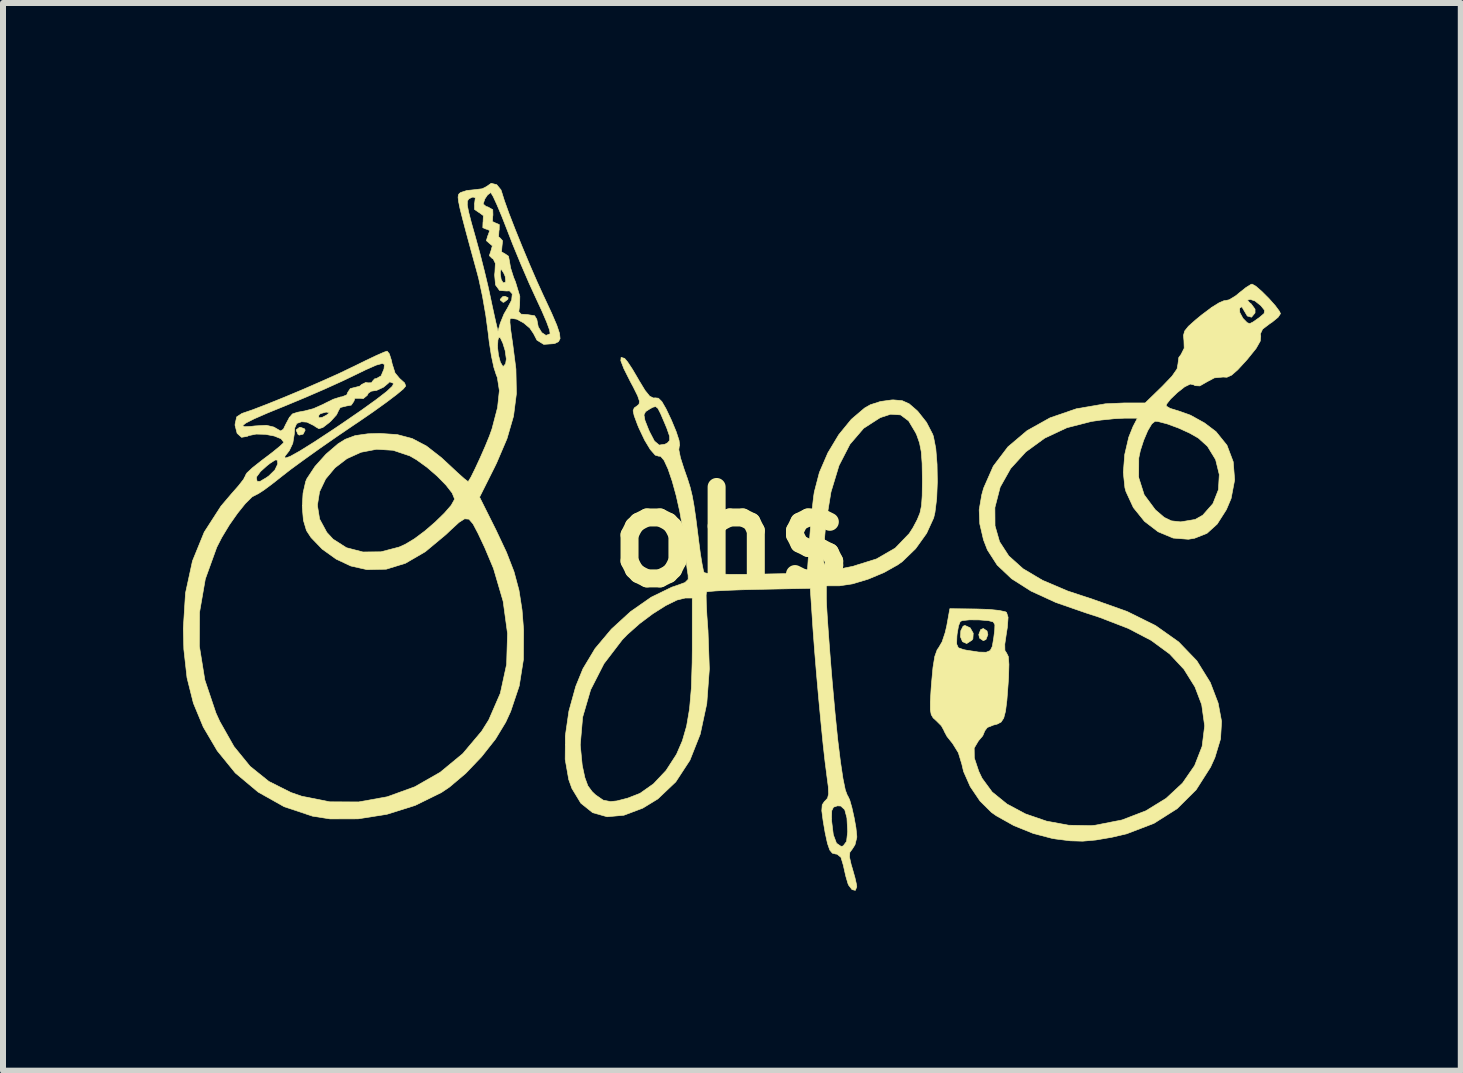
<source format=kicad_pcb>
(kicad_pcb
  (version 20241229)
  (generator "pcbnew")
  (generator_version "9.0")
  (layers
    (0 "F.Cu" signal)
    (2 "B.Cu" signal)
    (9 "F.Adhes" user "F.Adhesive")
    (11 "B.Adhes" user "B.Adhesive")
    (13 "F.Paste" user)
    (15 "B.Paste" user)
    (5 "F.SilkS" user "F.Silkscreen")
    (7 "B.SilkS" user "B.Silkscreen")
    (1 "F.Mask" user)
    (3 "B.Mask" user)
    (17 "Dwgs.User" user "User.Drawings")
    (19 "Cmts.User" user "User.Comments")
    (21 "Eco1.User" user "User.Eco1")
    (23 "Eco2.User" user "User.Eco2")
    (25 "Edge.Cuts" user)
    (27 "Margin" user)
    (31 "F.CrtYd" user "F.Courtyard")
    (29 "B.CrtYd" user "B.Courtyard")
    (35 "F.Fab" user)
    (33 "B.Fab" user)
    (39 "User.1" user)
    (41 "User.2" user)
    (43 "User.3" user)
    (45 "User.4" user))
  (footprint "ohs"
    (layer "F.Cu")
    (at 9.148 5.901)
    (property "Reference" "ohs" (at 0 0 0) (layer "F.SilkS") (effects (font (size 1.524 1.524) (thickness 0.3))))
    (attr through_hole)
    (fp_poly (pts (xy -7.121 -1.803) (xy -7.112 -1.781) (xy -7.146 -1.715) (xy -7.211 -1.699) (xy -7.232 -1.712) (xy -7.263 -1.785) (xy -7.208 -1.827) (xy -7.188 -1.829) (xy -7.121 -1.803)) (stroke (width 0.01) (type solid)) (fill yes) (layer "F.SilkS"))
    (fp_poly (pts (xy -3.729 -3.989) (xy -3.734 -3.962) (xy -3.799 -3.914) (xy -3.813 -3.912) (xy -3.859 -3.95) (xy -3.861 -3.962) (xy -3.819 -4.007) (xy -3.782 -4.013) (xy -3.729 -3.989)) (stroke (width 0.01) (type solid)) (fill yes) (layer "F.SilkS"))
    (fp_poly (pts (xy 4.253 1.566) (xy 4.267 1.626) (xy 4.235 1.708) (xy 4.191 1.727) (xy 4.129 1.685) (xy 4.115 1.626) (xy 4.147 1.543) (xy 4.191 1.524) (xy 4.253 1.566)) (stroke (width 0.01) (type solid)) (fill yes) (layer "F.SilkS"))
    (fp_poly (pts (xy 3.972 1.513) (xy 4.023 1.603) (xy 4.017 1.697) (xy 4.001 1.719) (xy 3.914 1.775) (xy 3.844 1.744) (xy 3.81 1.662) (xy 3.816 1.561) (xy 3.854 1.486) (xy 3.884 1.473) (xy 3.972 1.513)) (stroke (width 0.01) (type solid)) (fill yes) (layer "F.SilkS"))
    (fp_poly (pts (xy 8.733 -4.181) (xy 8.835 -4.092) (xy 8.951 -3.976) (xy 9.057 -3.857) (xy 9.128 -3.761) (xy 9.144 -3.723) (xy 9.104 -3.663) (xy 9.005 -3.582) (xy 8.964 -3.555) (xy 8.846 -3.465) (xy 8.809 -3.386) (xy 8.815 -3.348) (xy 8.807 -3.266) (xy 8.737 -3.143) (xy 8.596 -2.968) (xy 8.576 -2.945) (xy 8.431 -2.787) (xy 8.329 -2.698) (xy 8.251 -2.663) (xy 8.189 -2.667) (xy 8.042 -2.653) (xy 7.92 -2.588) (xy 7.8 -2.519) (xy 7.72 -2.523) (xy 7.703 -2.535) (xy 7.641 -2.55) (xy 7.547 -2.504) (xy 7.425 -2.408) (xy 7.313 -2.301) (xy 7.247 -2.217) (xy 7.239 -2.184) (xy 7.303 -2.145) (xy 7.421 -2.109) (xy 7.43 -2.107) (xy 7.644 -2.031) (xy 7.877 -1.902) (xy 8.069 -1.757) (xy 8.252 -1.53) (xy 8.356 -1.255) (xy 8.38 -0.952) (xy 8.321 -0.642) (xy 8.242 -0.456) (xy 8.089 -0.216) (xy 7.919 -0.062) (xy 7.712 0.02) (xy 7.609 0.037) (xy 7.355 0.017) (xy 7.104 -0.088) (xy 6.877 -0.262) (xy 6.692 -0.491) (xy 6.568 -0.759) (xy 6.551 -0.821) (xy 6.533 -0.994) (xy 6.78 -0.994) (xy 6.872 -0.705) (xy 7.056 -0.457) (xy 7.069 -0.445) (xy 7.207 -0.327) (xy 7.326 -0.27) (xy 7.469 -0.254) (xy 7.488 -0.254) (xy 7.722 -0.293) (xy 7.848 -0.364) (xy 8.018 -0.557) (xy 8.11 -0.79) (xy 8.124 -1.042) (xy 8.063 -1.29) (xy 7.927 -1.512) (xy 7.774 -1.65) (xy 7.628 -1.733) (xy 7.443 -1.817) (xy 7.255 -1.886) (xy 7.102 -1.926) (xy 7.054 -1.93) (xy 6.999 -1.886) (xy 6.931 -1.771) (xy 6.864 -1.613) (xy 6.808 -1.44) (xy 6.782 -1.316) (xy 6.78 -0.994) (xy 6.533 -0.994) (xy 6.525 -1.079) (xy 6.548 -1.376) (xy 6.615 -1.664) (xy 6.686 -1.841) (xy 6.759 -1.981) (xy 6.542 -1.981) (xy 6.371 -1.972) (xy 6.155 -1.95) (xy 5.994 -1.927) (xy 5.584 -1.822) (xy 5.215 -1.649) (xy 4.899 -1.419) (xy 4.647 -1.143) (xy 4.472 -0.832) (xy 4.385 -0.496) (xy 4.384 -0.485) (xy 4.386 -0.187) (xy 4.462 0.078) (xy 4.616 0.315) (xy 4.853 0.528) (xy 5.178 0.721) (xy 5.596 0.899) (xy 6.02 1.039) (xy 6.586 1.24) (xy 7.061 1.475) (xy 7.447 1.748) (xy 7.75 2.063) (xy 7.974 2.424) (xy 8.105 2.768) (xy 8.162 3.072) (xy 8.145 3.365) (xy 8.051 3.675) (xy 7.978 3.836) (xy 7.738 4.213) (xy 7.422 4.527) (xy 7.035 4.772) (xy 6.583 4.945) (xy 6.333 5.004) (xy 6.063 5.05) (xy 5.847 5.069) (xy 5.641 5.063) (xy 5.401 5.033) (xy 5.336 5.022) (xy 5.025 4.941) (xy 4.699 4.809) (xy 4.408 4.646) (xy 4.327 4.589) (xy 4.136 4.4) (xy 3.973 4.159) (xy 3.862 3.908) (xy 3.833 3.785) (xy 3.775 3.595) (xy 3.677 3.437) (xy 3.673 3.433) (xy 3.586 3.324) (xy 3.538 3.235) (xy 3.536 3.226) (xy 3.492 3.146) (xy 3.408 3.062) (xy 3.355 3.014) (xy 3.323 2.96) (xy 3.308 2.878) (xy 3.308 2.746) (xy 3.32 2.542) (xy 3.327 2.446) (xy 3.352 2.174) (xy 3.382 1.99) (xy 3.422 1.878) (xy 3.447 1.844) (xy 3.483 1.782) (xy 3.746 1.782) (xy 3.775 1.846) (xy 3.862 1.876) (xy 3.912 1.886) (xy 4.114 1.917) (xy 4.238 1.92) (xy 4.306 1.892) (xy 4.338 1.829) (xy 4.342 1.816) (xy 4.365 1.678) (xy 4.381 1.549) (xy 4.384 1.461) (xy 4.356 1.414) (xy 4.275 1.393) (xy 4.12 1.381) (xy 3.96 1.38) (xy 3.844 1.392) (xy 3.807 1.407) (xy 3.778 1.48) (xy 3.755 1.611) (xy 3.751 1.651) (xy 3.746 1.782) (xy 3.483 1.782) (xy 3.503 1.749) (xy 3.555 1.594) (xy 3.582 1.478) (xy 3.633 1.194) (xy 4.079 1.199) (xy 4.286 1.206) (xy 4.455 1.223) (xy 4.56 1.246) (xy 4.578 1.256) (xy 4.604 1.338) (xy 4.592 1.503) (xy 4.576 1.603) (xy 4.549 1.786) (xy 4.551 1.891) (xy 4.58 1.935) (xy 4.608 1.992) (xy 4.618 2.123) (xy 4.612 2.34) (xy 4.604 2.457) (xy 4.584 2.722) (xy 4.561 2.903) (xy 4.531 3.018) (xy 4.487 3.084) (xy 4.422 3.118) (xy 4.362 3.133) (xy 4.258 3.174) (xy 4.216 3.23) (xy 4.182 3.312) (xy 4.11 3.397) (xy 4.039 3.517) (xy 4.041 3.682) (xy 4.115 3.904) (xy 4.17 4.02) (xy 4.338 4.249) (xy 4.586 4.45) (xy 4.895 4.615) (xy 5.244 4.735) (xy 5.614 4.803) (xy 5.985 4.81) (xy 6.057 4.803) (xy 6.504 4.715) (xy 6.9 4.563) (xy 7.238 4.355) (xy 7.511 4.101) (xy 7.713 3.809) (xy 7.838 3.488) (xy 7.88 3.147) (xy 7.831 2.794) (xy 7.719 2.499) (xy 7.536 2.205) (xy 7.296 1.948) (xy 6.99 1.723) (xy 6.607 1.523) (xy 6.136 1.341) (xy 5.909 1.267) (xy 5.401 1.091) (xy 4.987 0.901) (xy 4.663 0.695) (xy 4.422 0.467) (xy 4.259 0.214) (xy 4.194 0.046) (xy 4.132 -0.22) (xy 4.122 -0.454) (xy 4.165 -0.704) (xy 4.196 -0.815) (xy 4.357 -1.181) (xy 4.601 -1.503) (xy 4.92 -1.773) (xy 5.303 -1.987) (xy 5.742 -2.138) (xy 6.226 -2.221) (xy 6.54 -2.235) (xy 6.889 -2.235) (xy 7.174 -2.512) (xy 7.336 -2.681) (xy 7.42 -2.802) (xy 7.435 -2.884) (xy 7.449 -2.993) (xy 7.486 -3.042) (xy 7.539 -3.147) (xy 7.535 -3.273) (xy 7.527 -3.361) (xy 7.547 -3.434) (xy 7.61 -3.513) (xy 7.73 -3.62) (xy 7.83 -3.702) (xy 7.981 -3.815) (xy 8.462 -3.815) (xy 8.466 -3.742) (xy 8.518 -3.646) (xy 8.589 -3.573) (xy 8.631 -3.557) (xy 8.689 -3.586) (xy 8.785 -3.654) (xy 8.787 -3.655) (xy 8.871 -3.726) (xy 8.879 -3.779) (xy 8.818 -3.856) (xy 8.817 -3.857) (xy 8.719 -3.935) (xy 8.641 -3.961) (xy 8.593 -3.95) (xy 8.626 -3.909) (xy 8.655 -3.887) (xy 8.72 -3.798) (xy 8.72 -3.736) (xy 8.661 -3.664) (xy 8.591 -3.684) (xy 8.541 -3.768) (xy 8.5 -3.838) (xy 8.462 -3.815) (xy 7.981 -3.815) (xy 7.987 -3.821) (xy 8.12 -3.904) (xy 8.204 -3.94) (xy 8.217 -3.939) (xy 8.29 -3.955) (xy 8.402 -4.024) (xy 8.452 -4.066) (xy 8.566 -4.157) (xy 8.651 -4.21) (xy 8.67 -4.216) (xy 8.733 -4.181)) (stroke (width 0.01) (type solid)) (fill yes) (layer "F.SilkS"))
    (fp_poly (pts (xy -1.786 -2.977) (xy -1.786 -2.976) (xy -1.738 -2.919) (xy -1.658 -2.798) (xy -1.563 -2.637) (xy -1.554 -2.62) (xy -1.448 -2.445) (xy -1.37 -2.348) (xy -1.305 -2.317) (xy -1.279 -2.32) (xy -1.224 -2.314) (xy -1.167 -2.258) (xy -1.096 -2.135) (xy -1.007 -1.947) (xy -0.928 -1.757) (xy -0.88 -1.61) (xy -0.87 -1.528) (xy -0.876 -1.518) (xy -0.884 -1.456) (xy -0.857 -1.322) (xy -0.797 -1.134) (xy -0.739 -0.97) (xy -0.695 -0.829) (xy -0.661 -0.689) (xy -0.631 -0.524) (xy -0.6 -0.311) (xy -0.564 -0.028) (xy -0.553 0.06) (xy -0.525 0.275) (xy -0.496 0.451) (xy -0.473 0.565) (xy -0.462 0.593) (xy -0.404 0.606) (xy -0.261 0.616) (xy -0.052 0.621) (xy 0.206 0.622) (xy 0.412 0.619) (xy 1.257 0.603) (xy 1.281 0.242) (xy 1.53 0.242) (xy 1.531 0.413) (xy 1.562 0.509) (xy 1.638 0.547) (xy 1.77 0.538) (xy 1.972 0.497) (xy 2.015 0.488) (xy 2.41 0.365) (xy 2.723 0.184) (xy 2.956 -0.058) (xy 3.019 -0.156) (xy 3.089 -0.288) (xy 3.135 -0.4) (xy 3.161 -0.523) (xy 3.172 -0.685) (xy 3.175 -0.914) (xy 3.175 -0.965) (xy 3.171 -1.229) (xy 3.157 -1.421) (xy 3.128 -1.569) (xy 3.081 -1.702) (xy 3.063 -1.74) (xy 2.946 -1.936) (xy 2.812 -2.036) (xy 2.646 -2.047) (xy 2.472 -1.99) (xy 2.197 -1.813) (xy 1.968 -1.546) (xy 1.786 -1.192) (xy 1.652 -0.751) (xy 1.566 -0.224) (xy 1.548 -0.016) (xy 1.53 0.242) (xy 1.281 0.242) (xy 1.293 0.065) (xy 1.313 -0.195) (xy 1.337 -0.451) (xy 1.361 -0.664) (xy 1.374 -0.751) (xy 1.459 -1.077) (xy 1.6 -1.403) (xy 1.782 -1.706) (xy 1.991 -1.962) (xy 2.212 -2.15) (xy 2.308 -2.205) (xy 2.476 -2.259) (xy 2.665 -2.285) (xy 2.693 -2.286) (xy 2.839 -2.273) (xy 2.955 -2.221) (xy 3.084 -2.11) (xy 3.1 -2.094) (xy 3.244 -1.912) (xy 3.347 -1.713) (xy 3.36 -1.675) (xy 3.399 -1.475) (xy 3.42 -1.213) (xy 3.425 -0.923) (xy 3.414 -0.644) (xy 3.385 -0.41) (xy 3.364 -0.32) (xy 3.246 -0.062) (xy 3.063 0.194) (xy 2.842 0.408) (xy 2.766 0.462) (xy 2.535 0.592) (xy 2.271 0.702) (xy 2.012 0.78) (xy 1.794 0.813) (xy 1.776 0.813) (xy 1.575 0.813) (xy 1.575 1.029) (xy 1.579 1.141) (xy 1.591 1.338) (xy 1.609 1.6) (xy 1.632 1.909) (xy 1.659 2.249) (xy 1.673 2.414) (xy 1.72 2.935) (xy 1.765 3.381) (xy 1.81 3.746) (xy 1.852 4.026) (xy 1.891 4.216) (xy 1.927 4.311) (xy 1.934 4.318) (xy 1.964 4.381) (xy 2.001 4.511) (xy 2.038 4.677) (xy 2.068 4.844) (xy 2.082 4.98) (xy 2.083 5.003) (xy 2.052 5.13) (xy 2.008 5.199) (xy 1.966 5.256) (xy 1.96 5.331) (xy 1.988 5.457) (xy 2.007 5.52) (xy 2.051 5.675) (xy 2.078 5.794) (xy 2.082 5.829) (xy 2.058 5.889) (xy 2.003 5.876) (xy 1.946 5.802) (xy 1.936 5.779) (xy 1.898 5.65) (xy 1.862 5.49) (xy 1.859 5.474) (xy 1.818 5.338) (xy 1.754 5.286) (xy 1.73 5.283) (xy 1.675 5.269) (xy 1.632 5.217) (xy 1.594 5.108) (xy 1.555 4.929) (xy 1.521 4.729) (xy 1.515 4.685) (xy 1.661 4.685) (xy 1.664 4.74) (xy 1.691 4.962) (xy 1.744 5.103) (xy 1.819 5.155) (xy 1.855 5.149) (xy 1.912 5.073) (xy 1.93 4.909) (xy 1.918 4.682) (xy 1.881 4.544) (xy 1.815 4.483) (xy 1.759 4.48) (xy 1.694 4.502) (xy 1.665 4.561) (xy 1.661 4.685) (xy 1.515 4.685) (xy 1.499 4.561) (xy 1.506 4.463) (xy 1.544 4.405) (xy 1.556 4.396) (xy 1.595 4.353) (xy 1.612 4.282) (xy 1.607 4.16) (xy 1.581 3.963) (xy 1.581 3.959) (xy 1.553 3.744) (xy 1.52 3.448) (xy 1.485 3.094) (xy 1.448 2.703) (xy 1.412 2.296) (xy 1.379 1.894) (xy 1.351 1.519) (xy 1.342 1.38) (xy 1.307 0.855) (xy 0.454 0.872) (xy 0.171 0.879) (xy -0.076 0.888) (xy -0.269 0.898) (xy -0.39 0.908) (xy -0.423 0.914) (xy -0.429 0.972) (xy -0.426 1.11) (xy -0.416 1.308) (xy -0.399 1.546) (xy -0.398 1.551) (xy -0.375 2.198) (xy -0.418 2.776) (xy -0.527 3.285) (xy -0.699 3.72) (xy -0.935 4.081) (xy -1.234 4.365) (xy -1.486 4.519) (xy -1.8 4.637) (xy -2.079 4.662) (xy -2.32 4.594) (xy -2.517 4.436) (xy -2.666 4.19) (xy -2.719 4.042) (xy -2.778 3.705) (xy -2.776 3.464) (xy -2.527 3.464) (xy -2.494 3.804) (xy -2.45 4.01) (xy -2.4 4.146) (xy -2.328 4.244) (xy -2.272 4.297) (xy -2.145 4.385) (xy -2.024 4.409) (xy -1.916 4.398) (xy -1.734 4.351) (xy -1.549 4.279) (xy -1.527 4.269) (xy -1.306 4.113) (xy -1.096 3.89) (xy -0.928 3.63) (xy -0.921 3.618) (xy -0.825 3.396) (xy -0.754 3.15) (xy -0.705 2.862) (xy -0.675 2.516) (xy -0.662 2.094) (xy -0.66 1.889) (xy -0.66 1.016) (xy -0.776 1.016) (xy -0.915 1.05) (xy -1.102 1.142) (xy -1.317 1.278) (xy -1.537 1.443) (xy -1.74 1.623) (xy -1.826 1.711) (xy -2.132 2.111) (xy -2.354 2.546) (xy -2.487 3.001) (xy -2.527 3.464) (xy -2.776 3.464) (xy -2.776 3.316) (xy -2.716 2.901) (xy -2.602 2.489) (xy -2.482 2.195) (xy -2.28 1.859) (xy -2.008 1.535) (xy -1.689 1.243) (xy -1.345 1.003) (xy -1 0.835) (xy -0.913 0.806) (xy -0.781 0.758) (xy -0.728 0.705) (xy -0.729 0.639) (xy -0.745 0.539) (xy -0.765 0.371) (xy -0.784 0.168) (xy -0.788 0.127) (xy -0.819 -0.142) (xy -0.867 -0.418) (xy -0.927 -0.687) (xy -0.994 -0.93) (xy -1.063 -1.133) (xy -1.129 -1.277) (xy -1.188 -1.347) (xy -1.217 -1.347) (xy -1.277 -1.365) (xy -1.36 -1.46) (xy -1.454 -1.616) (xy -1.548 -1.814) (xy -1.571 -1.869) (xy -1.627 -2.02) (xy -1.631 -2.036) (xy -1.465 -2.036) (xy -1.449 -1.946) (xy -1.39 -1.796) (xy -1.373 -1.757) (xy -1.291 -1.6) (xy -1.211 -1.533) (xy -1.115 -1.547) (xy -1.071 -1.571) (xy -1.036 -1.612) (xy -1.039 -1.684) (xy -1.083 -1.811) (xy -1.115 -1.888) (xy -1.186 -2.054) (xy -1.232 -2.144) (xy -1.27 -2.175) (xy -1.316 -2.164) (xy -1.367 -2.136) (xy -1.438 -2.09) (xy -1.465 -2.036) (xy -1.631 -2.036) (xy -1.646 -2.105) (xy -1.627 -2.152) (xy -1.586 -2.181) (xy -1.547 -2.214) (xy -1.54 -2.265) (xy -1.57 -2.354) (xy -1.643 -2.501) (xy -1.693 -2.594) (xy -1.8 -2.807) (xy -1.851 -2.939) (xy -1.846 -2.995) (xy -1.786 -2.977)) (stroke (width 0.01) (type solid)) (fill yes) (layer "F.SilkS"))
    (fp_poly (pts (xy -3.919 -5.873) (xy -3.848 -5.786) (xy -3.837 -5.753) (xy -3.792 -5.609) (xy -3.715 -5.394) (xy -3.612 -5.129) (xy -3.494 -4.837) (xy -3.369 -4.538) (xy -3.246 -4.255) (xy -3.134 -4.009) (xy -3.133 -4.008) (xy -3.004 -3.731) (xy -2.918 -3.531) (xy -2.872 -3.394) (xy -2.863 -3.307) (xy -2.89 -3.256) (xy -2.947 -3.228) (xy -2.967 -3.223) (xy -3.135 -3.211) (xy -3.249 -3.282) (xy -3.306 -3.392) (xy -3.368 -3.483) (xy -3.472 -3.57) (xy -3.585 -3.631) (xy -3.675 -3.646) (xy -3.697 -3.635) (xy -3.699 -3.579) (xy -3.686 -3.45) (xy -3.661 -3.275) (xy -3.659 -3.268) (xy -3.599 -2.8) (xy -3.591 -2.392) (xy -3.639 -2.015) (xy -3.748 -1.639) (xy -3.921 -1.234) (xy -3.958 -1.158) (xy -4.205 -0.665) (xy -3.931 -0.117) (xy -3.756 0.255) (xy -3.631 0.578) (xy -3.548 0.887) (xy -3.497 1.216) (xy -3.471 1.549) (xy -3.474 2.04) (xy -3.544 2.481) (xy -3.686 2.905) (xy -3.769 3.086) (xy -3.939 3.367) (xy -4.171 3.661) (xy -4.435 3.938) (xy -4.706 4.167) (xy -4.841 4.258) (xy -5.278 4.473) (xy -5.749 4.621) (xy -6.23 4.697) (xy -6.696 4.698) (xy -6.99 4.652) (xy -7.461 4.495) (xy -7.895 4.251) (xy -8.276 3.932) (xy -8.577 3.562) (xy -8.81 3.166) (xy -8.975 2.768) (xy -9.081 2.345) (xy -9.134 1.87) (xy -9.143 1.527) (xy -9.106 0.933) (xy -8.99 0.399) (xy -8.794 -0.082) (xy -8.515 -0.515) (xy -8.345 -0.715) (xy -8.223 -0.854) (xy -8.138 -0.963) (xy -8.127 -0.985) (xy -7.925 -0.985) (xy -7.912 -0.927) (xy -7.863 -0.928) (xy -7.758 -0.99) (xy -7.717 -1.019) (xy -7.617 -1.117) (xy -7.57 -1.215) (xy -7.569 -1.225) (xy -7.576 -1.282) (xy -7.61 -1.285) (xy -7.694 -1.231) (xy -7.747 -1.19) (xy -7.856 -1.092) (xy -7.919 -1.007) (xy -7.925 -0.985) (xy -8.127 -0.985) (xy -8.106 -1.024) (xy -8.107 -1.029) (xy -8.082 -1.069) (xy -7.992 -1.153) (xy -7.853 -1.263) (xy -7.801 -1.303) (xy -7.746 -1.344) (xy -7.451 -1.344) (xy -7.444 -1.315) (xy -7.36 -1.345) (xy -7.199 -1.435) (xy -6.959 -1.585) (xy -6.64 -1.795) (xy -6.496 -1.892) (xy -6.166 -2.119) (xy -5.919 -2.297) (xy -5.751 -2.427) (xy -5.659 -2.514) (xy -5.638 -2.559) (xy -5.64 -2.562) (xy -5.703 -2.587) (xy -5.73 -2.561) (xy -5.807 -2.497) (xy -5.919 -2.445) (xy -6.009 -2.431) (xy -6.058 -2.399) (xy -6.078 -2.361) (xy -6.144 -2.307) (xy -6.204 -2.313) (xy -6.283 -2.313) (xy -6.299 -2.264) (xy -6.343 -2.199) (xy -6.426 -2.184) (xy -6.526 -2.159) (xy -6.553 -2.113) (xy -6.589 -2.037) (xy -6.68 -1.936) (xy -6.712 -1.907) (xy -6.817 -1.826) (xy -6.883 -1.806) (xy -6.944 -1.841) (xy -6.962 -1.856) (xy -7.082 -1.915) (xy -7.171 -1.922) (xy -7.252 -1.893) (xy -7.286 -1.818) (xy -7.293 -1.716) (xy -7.318 -1.563) (xy -7.375 -1.442) (xy -7.382 -1.432) (xy -7.451 -1.344) (xy -7.746 -1.344) (xy -7.647 -1.42) (xy -7.531 -1.515) (xy -7.471 -1.572) (xy -7.468 -1.579) (xy -7.513 -1.638) (xy -7.627 -1.684) (xy -7.776 -1.712) (xy -7.929 -1.716) (xy -8.052 -1.691) (xy -8.075 -1.679) (xy -8.172 -1.662) (xy -8.246 -1.729) (xy -8.279 -1.857) (xy -8.154 -1.857) (xy -8.125 -1.839) (xy -8.018 -1.844) (xy -7.95 -1.852) (xy -7.759 -1.863) (xy -7.633 -1.833) (xy -7.596 -1.811) (xy -7.521 -1.768) (xy -7.475 -1.797) (xy -7.436 -1.878) (xy -7.378 -1.987) (xy -6.888 -1.987) (xy -6.827 -1.995) (xy -6.756 -2.032) (xy -6.709 -2.071) (xy -6.755 -2.082) (xy -6.766 -2.082) (xy -6.858 -2.056) (xy -6.883 -2.032) (xy -6.888 -1.987) (xy -7.378 -1.987) (xy -7.377 -1.99) (xy -7.324 -2.052) (xy -7.239 -2.08) (xy -7.119 -2.102) (xy -6.974 -2.14) (xy -6.812 -2.212) (xy -6.782 -2.228) (xy -6.642 -2.297) (xy -6.522 -2.335) (xy -6.499 -2.337) (xy -6.419 -2.369) (xy -6.401 -2.413) (xy -6.359 -2.475) (xy -6.302 -2.489) (xy -6.204 -2.514) (xy -6.17 -2.543) (xy -6.101 -2.577) (xy -6.065 -2.57) (xy -6.003 -2.572) (xy -5.994 -2.592) (xy -5.954 -2.637) (xy -5.924 -2.642) (xy -5.846 -2.687) (xy -5.798 -2.801) (xy -5.791 -2.875) (xy -5.824 -2.894) (xy -5.926 -2.866) (xy -6.103 -2.788) (xy -6.261 -2.711) (xy -6.493 -2.6) (xy -6.784 -2.468) (xy -7.098 -2.332) (xy -7.398 -2.207) (xy -7.417 -2.199) (xy -7.736 -2.069) (xy -7.963 -1.97) (xy -8.101 -1.9) (xy -8.154 -1.857) (xy -8.279 -1.857) (xy -8.28 -1.862) (xy -8.28 -1.882) (xy -8.253 -2.003) (xy -8.166 -2.06) (xy -7.99 -2.12) (xy -7.746 -2.214) (xy -7.456 -2.331) (xy -7.146 -2.461) (xy -6.839 -2.595) (xy -6.557 -2.721) (xy -6.326 -2.832) (xy -6.306 -2.841) (xy -6.097 -2.944) (xy -5.92 -3.028) (xy -5.796 -3.082) (xy -5.746 -3.099) (xy -5.709 -3.054) (xy -5.673 -2.942) (xy -5.664 -2.895) (xy -5.614 -2.735) (xy -5.536 -2.641) (xy -5.533 -2.639) (xy -5.454 -2.568) (xy -5.436 -2.517) (xy -5.476 -2.468) (xy -5.589 -2.374) (xy -5.761 -2.244) (xy -5.981 -2.086) (xy -6.234 -1.912) (xy -6.287 -1.877) (xy -6.577 -1.68) (xy -6.866 -1.479) (xy -7.132 -1.289) (xy -7.355 -1.126) (xy -7.505 -1.009) (xy -7.67 -0.879) (xy -7.807 -0.778) (xy -7.897 -0.72) (xy -7.918 -0.711) (xy -7.996 -0.67) (xy -8.109 -0.558) (xy -8.24 -0.395) (xy -8.376 -0.201) (xy -8.501 0.006) (xy -8.585 0.17) (xy -8.776 0.699) (xy -8.872 1.253) (xy -8.875 1.819) (xy -8.784 2.383) (xy -8.599 2.933) (xy -8.535 3.073) (xy -8.298 3.492) (xy -8.03 3.821) (xy -7.717 4.073) (xy -7.348 4.258) (xy -7.172 4.319) (xy -6.701 4.413) (xy -6.221 4.415) (xy -5.744 4.329) (xy -5.286 4.163) (xy -4.862 3.921) (xy -4.485 3.61) (xy -4.17 3.236) (xy -4.052 3.048) (xy -3.859 2.604) (xy -3.754 2.121) (xy -3.739 1.607) (xy -3.812 1.071) (xy -3.973 0.523) (xy -4.118 0.178) (xy -4.231 -0.062) (xy -4.314 -0.219) (xy -4.382 -0.298) (xy -4.454 -0.304) (xy -4.547 -0.245) (xy -4.678 -0.125) (xy -4.764 -0.043) (xy -5.11 0.245) (xy -5.44 0.437) (xy -5.761 0.536) (xy -6.081 0.543) (xy -6.35 0.483) (xy -6.595 0.368) (xy -6.828 0.201) (xy -7.014 0.008) (xy -7.09 -0.108) (xy -7.141 -0.279) (xy -7.16 -0.502) (xy -7.159 -0.529) (xy -6.908 -0.529) (xy -6.871 -0.3) (xy -6.751 -0.078) (xy -6.647 0.035) (xy -6.423 0.178) (xy -6.149 0.249) (xy -5.849 0.246) (xy -5.546 0.167) (xy -5.448 0.123) (xy -5.292 0.03) (xy -5.118 -0.1) (xy -4.945 -0.249) (xy -4.792 -0.398) (xy -4.678 -0.529) (xy -4.625 -0.624) (xy -4.623 -0.638) (xy -4.662 -0.734) (xy -4.765 -0.866) (xy -4.911 -1.015) (xy -5.081 -1.162) (xy -5.254 -1.287) (xy -5.366 -1.352) (xy -5.646 -1.446) (xy -5.921 -1.463) (xy -6.181 -1.413) (xy -6.415 -1.307) (xy -6.615 -1.154) (xy -6.771 -0.967) (xy -6.872 -0.755) (xy -6.908 -0.529) (xy -7.159 -0.529) (xy -7.147 -0.732) (xy -7.103 -0.926) (xy -7.084 -0.971) (xy -6.948 -1.177) (xy -6.764 -1.382) (xy -6.565 -1.553) (xy -6.444 -1.629) (xy -6.278 -1.691) (xy -6.066 -1.721) (xy -5.868 -1.727) (xy -5.578 -1.708) (xy -5.328 -1.642) (xy -5.09 -1.517) (xy -4.841 -1.323) (xy -4.705 -1.197) (xy -4.566 -1.067) (xy -4.458 -0.971) (xy -4.399 -0.926) (xy -4.394 -0.925) (xy -4.348 -1) (xy -4.278 -1.142) (xy -4.195 -1.321) (xy -4.111 -1.512) (xy -4.04 -1.685) (xy -3.998 -1.803) (xy -3.905 -2.159) (xy -3.875 -2.442) (xy -3.909 -2.66) (xy -3.928 -2.707) (xy -3.967 -2.828) (xy -4.008 -3.02) (xy -4.031 -3.169) (xy -3.906 -3.169) (xy -3.89 -3.032) (xy -3.858 -2.913) (xy -3.819 -2.848) (xy -3.808 -2.845) (xy -3.771 -2.888) (xy -3.759 -2.968) (xy -3.779 -3.109) (xy -3.818 -3.235) (xy -3.861 -3.324) (xy -3.886 -3.324) (xy -3.899 -3.284) (xy -3.906 -3.169) (xy -4.031 -3.169) (xy -4.044 -3.252) (xy -4.062 -3.405) (xy -4.101 -3.696) (xy -4.156 -4.012) (xy -4.218 -4.302) (xy -4.242 -4.394) (xy -4.349 -4.784) (xy -4.431 -5.087) (xy -4.491 -5.315) (xy -4.532 -5.479) (xy -4.543 -5.535) (xy -4.41 -5.535) (xy -4.388 -5.42) (xy -4.342 -5.241) (xy -4.275 -5.004) (xy -4.2 -4.731) (xy -4.126 -4.439) (xy -4.063 -4.176) (xy -4.044 -4.089) (xy -4 -3.881) (xy -3.96 -3.697) (xy -3.932 -3.571) (xy -3.928 -3.556) (xy -3.898 -3.429) (xy -3.86 -3.565) (xy -3.798 -3.717) (xy -3.739 -3.818) (xy -3.67 -3.951) (xy -3.66 -4.053) (xy -3.706 -4.103) (xy -3.757 -4.101) (xy -3.872 -4.11) (xy -3.939 -4.202) (xy -3.954 -4.367) (xy -3.952 -4.39) (xy -3.859 -4.39) (xy -3.845 -4.293) (xy -3.811 -4.236) (xy -3.776 -4.247) (xy -3.769 -4.262) (xy -3.778 -4.345) (xy -3.805 -4.405) (xy -3.846 -4.465) (xy -3.858 -4.43) (xy -3.859 -4.39) (xy -3.952 -4.39) (xy -3.949 -4.417) (xy -3.942 -4.562) (xy -3.977 -4.634) (xy -3.995 -4.644) (xy -4.042 -4.69) (xy -4.016 -4.769) (xy -3.992 -4.854) (xy -4.042 -4.896) (xy -4.092 -4.94) (xy -4.067 -5.024) (xy -4.064 -5.028) (xy -4.036 -5.107) (xy -4.077 -5.13) (xy -4.093 -5.131) (xy -4.151 -5.156) (xy -4.148 -5.245) (xy -4.146 -5.254) (xy -4.142 -5.357) (xy -4.211 -5.408) (xy -4.216 -5.41) (xy -4.289 -5.46) (xy -4.289 -5.551) (xy -4.145 -5.551) (xy -4.096 -5.51) (xy -4.064 -5.501) (xy -3.985 -5.456) (xy -3.982 -5.364) (xy -3.985 -5.352) (xy -3.99 -5.259) (xy -3.934 -5.232) (xy -3.932 -5.232) (xy -3.876 -5.208) (xy -3.878 -5.12) (xy -3.882 -5.105) (xy -3.888 -5.005) (xy -3.856 -4.978) (xy -3.821 -4.937) (xy -3.831 -4.851) (xy -3.839 -4.754) (xy -3.788 -4.724) (xy -3.786 -4.724) (xy -3.723 -4.681) (xy -3.708 -4.604) (xy -3.688 -4.486) (xy -3.637 -4.326) (xy -3.607 -4.254) (xy -3.534 -4.013) (xy -3.537 -3.866) (xy -3.551 -3.757) (xy -3.514 -3.715) (xy -3.41 -3.708) (xy -3.288 -3.689) (xy -3.251 -3.629) (xy -3.227 -3.504) (xy -3.169 -3.408) (xy -3.098 -3.361) (xy -3.034 -3.385) (xy -3.029 -3.394) (xy -3.039 -3.453) (xy -3.087 -3.584) (xy -3.165 -3.766) (xy -3.255 -3.96) (xy -3.378 -4.228) (xy -3.516 -4.548) (xy -3.651 -4.876) (xy -3.743 -5.113) (xy -3.834 -5.345) (xy -3.915 -5.538) (xy -3.978 -5.675) (xy -4.016 -5.738) (xy -4.021 -5.74) (xy -4.073 -5.701) (xy -4.117 -5.635) (xy -4.145 -5.551) (xy -4.289 -5.551) (xy -4.289 -5.559) (xy -4.287 -5.567) (xy -4.276 -5.654) (xy -4.315 -5.667) (xy -4.338 -5.659) (xy -4.383 -5.637) (xy -4.407 -5.601) (xy -4.41 -5.535) (xy -4.543 -5.535) (xy -4.555 -5.591) (xy -4.563 -5.662) (xy -4.558 -5.703) (xy -4.543 -5.726) (xy -4.519 -5.743) (xy -4.417 -5.776) (xy -4.283 -5.79) (xy -4.161 -5.805) (xy -4.09 -5.841) (xy -4.089 -5.842) (xy -4.011 -5.896) (xy -3.919 -5.873)) (stroke (width 0.01) (type solid)) (fill yes) (layer "F.SilkS")))
  (gr_rect
    (start -3 -3)
    (end 21.297 14.795)
    (stroke (width 0.1) (type default))
    (fill no)
    (layer "Edge.Cuts")))
</source>
